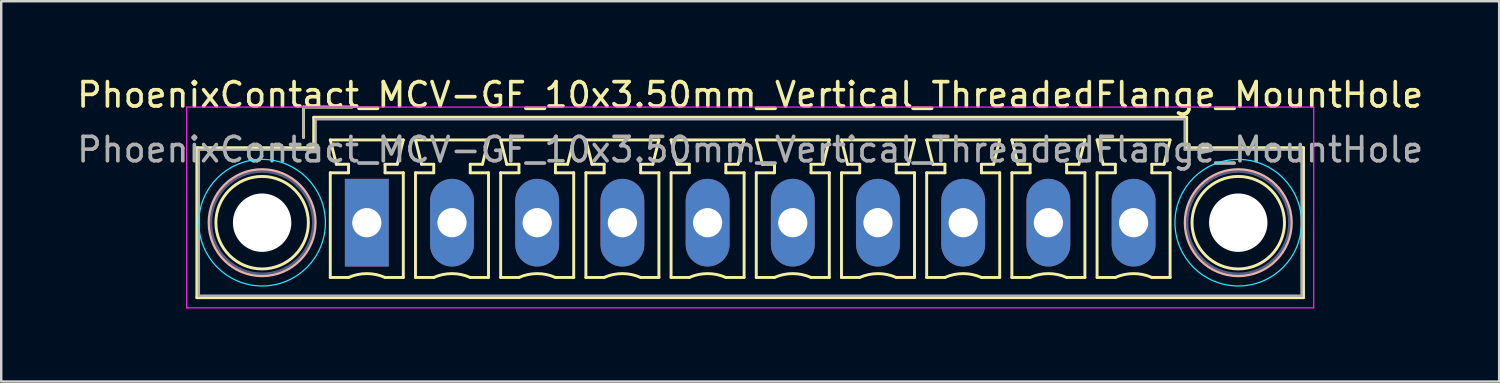
<source format=kicad_pcb>
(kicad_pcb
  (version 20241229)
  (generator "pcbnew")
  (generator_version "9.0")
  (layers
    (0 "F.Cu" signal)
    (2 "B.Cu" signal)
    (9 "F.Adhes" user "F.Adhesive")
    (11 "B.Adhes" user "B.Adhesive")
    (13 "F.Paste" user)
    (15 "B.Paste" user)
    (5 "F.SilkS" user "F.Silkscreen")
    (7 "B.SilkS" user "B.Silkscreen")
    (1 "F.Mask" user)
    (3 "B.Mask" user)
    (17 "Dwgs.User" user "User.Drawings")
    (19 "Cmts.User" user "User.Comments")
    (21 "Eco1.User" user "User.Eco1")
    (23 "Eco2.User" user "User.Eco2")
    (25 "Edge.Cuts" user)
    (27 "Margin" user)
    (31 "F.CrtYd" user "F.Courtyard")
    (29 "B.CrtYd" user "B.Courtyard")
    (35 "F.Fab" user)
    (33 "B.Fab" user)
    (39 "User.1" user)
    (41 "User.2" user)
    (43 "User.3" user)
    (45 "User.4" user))
  (footprint "PhoenixContact_MCV-GF_10x3.50mm_Vertical_ThreadedFlange_MountHole"
    (layer "F.Cu")
    (at 12.018 6.098)
    (property "Reference" "PhoenixContact_MCV-GF_10x3.50mm_Vertical_ThreadedFlange_MountHole" (at 15.75 -5.25 0) (layer "F.SilkS") (effects (font (size 1 1) (thickness 0.15))))
    (attr through_hole)
    (fp_line (start -6.98 -3.08) (end -6.98 3.08) (stroke (width 0.12) (type solid)) (layer "F.SilkS"))
    (fp_line (start -6.98 3.08) (end 38.48 3.08) (stroke (width 0.12) (type solid)) (layer "F.SilkS"))
    (fp_line (start -2.6 -4.75) (end -0.6 -4.75) (stroke (width 0.12) (type solid)) (layer "F.SilkS"))
    (fp_line (start -2.6 -3.5) (end -2.6 -4.75) (stroke (width 0.12) (type solid)) (layer "F.SilkS"))
    (fp_line (start -2.18 -4.33) (end -2.18 -3.08) (stroke (width 0.12) (type solid)) (layer "F.SilkS"))
    (fp_line (start -2.18 -3.08) (end -6.98 -3.08) (stroke (width 0.12) (type solid)) (layer "F.SilkS"))
    (fp_line (start -1.5 -3.4) (end 1.5 -3.4) (stroke (width 0.12) (type solid)) (layer "F.SilkS"))
    (fp_line (start -1.5 -2.05) (end -0.75 -2.05) (stroke (width 0.12) (type solid)) (layer "F.SilkS"))
    (fp_line (start -1.5 2.25) (end -1.5 -2.05) (stroke (width 0.12) (type solid)) (layer "F.SilkS"))
    (fp_line (start -1.25 -2.4) (end -1.5 -3.4) (stroke (width 0.12) (type solid)) (layer "F.SilkS"))
    (fp_line (start -0.75 -2.4) (end -1.25 -2.4) (stroke (width 0.12) (type solid)) (layer "F.SilkS"))
    (fp_line (start -0.75 -2.05) (end -0.75 -2.4) (stroke (width 0.12) (type solid)) (layer "F.SilkS"))
    (fp_line (start -0.75 2.25) (end -1.5 2.25) (stroke (width 0.12) (type solid)) (layer "F.SilkS"))
    (fp_line (start 0.75 -2.4) (end 0.75 -2.05) (stroke (width 0.12) (type solid)) (layer "F.SilkS"))
    (fp_line (start 0.75 -2.05) (end 1.5 -2.05) (stroke (width 0.12) (type solid)) (layer "F.SilkS"))
    (fp_line (start 1.25 -2.4) (end 0.75 -2.4) (stroke (width 0.12) (type solid)) (layer "F.SilkS"))
    (fp_line (start 1.5 -3.4) (end 1.25 -2.4) (stroke (width 0.12) (type solid)) (layer "F.SilkS"))
    (fp_line (start 1.5 -2.05) (end 1.5 2.25) (stroke (width 0.12) (type solid)) (layer "F.SilkS"))
    (fp_line (start 1.5 2.25) (end 0.75 2.25) (stroke (width 0.12) (type solid)) (layer "F.SilkS"))
    (fp_line (start 2 -3.4) (end 5 -3.4) (stroke (width 0.12) (type solid)) (layer "F.SilkS"))
    (fp_line (start 2 -2.05) (end 2.75 -2.05) (stroke (width 0.12) (type solid)) (layer "F.SilkS"))
    (fp_line (start 2 2.25) (end 2 -2.05) (stroke (width 0.12) (type solid)) (layer "F.SilkS"))
    (fp_line (start 2.25 -2.4) (end 2 -3.4) (stroke (width 0.12) (type solid)) (layer "F.SilkS"))
    (fp_line (start 2.75 -2.4) (end 2.25 -2.4) (stroke (width 0.12) (type solid)) (layer "F.SilkS"))
    (fp_line (start 2.75 -2.05) (end 2.75 -2.4) (stroke (width 0.12) (type solid)) (layer "F.SilkS"))
    (fp_line (start 2.75 2.25) (end 2 2.25) (stroke (width 0.12) (type solid)) (layer "F.SilkS"))
    (fp_line (start 4.25 -2.4) (end 4.25 -2.05) (stroke (width 0.12) (type solid)) (layer "F.SilkS"))
    (fp_line (start 4.25 -2.05) (end 5 -2.05) (stroke (width 0.12) (type solid)) (layer "F.SilkS"))
    (fp_line (start 4.75 -2.4) (end 4.25 -2.4) (stroke (width 0.12) (type solid)) (layer "F.SilkS"))
    (fp_line (start 5 -3.4) (end 4.75 -2.4) (stroke (width 0.12) (type solid)) (layer "F.SilkS"))
    (fp_line (start 5 -2.05) (end 5 2.25) (stroke (width 0.12) (type solid)) (layer "F.SilkS"))
    (fp_line (start 5 2.25) (end 4.25 2.25) (stroke (width 0.12) (type solid)) (layer "F.SilkS"))
    (fp_line (start 5.5 -3.4) (end 8.5 -3.4) (stroke (width 0.12) (type solid)) (layer "F.SilkS"))
    (fp_line (start 5.5 -2.05) (end 6.25 -2.05) (stroke (width 0.12) (type solid)) (layer "F.SilkS"))
    (fp_line (start 5.5 2.25) (end 5.5 -2.05) (stroke (width 0.12) (type solid)) (layer "F.SilkS"))
    (fp_line (start 5.75 -2.4) (end 5.5 -3.4) (stroke (width 0.12) (type solid)) (layer "F.SilkS"))
    (fp_line (start 6.25 -2.4) (end 5.75 -2.4) (stroke (width 0.12) (type solid)) (layer "F.SilkS"))
    (fp_line (start 6.25 -2.05) (end 6.25 -2.4) (stroke (width 0.12) (type solid)) (layer "F.SilkS"))
    (fp_line (start 6.25 2.25) (end 5.5 2.25) (stroke (width 0.12) (type solid)) (layer "F.SilkS"))
    (fp_line (start 7.75 -2.4) (end 7.75 -2.05) (stroke (width 0.12) (type solid)) (layer "F.SilkS"))
    (fp_line (start 7.75 -2.05) (end 8.5 -2.05) (stroke (width 0.12) (type solid)) (layer "F.SilkS"))
    (fp_line (start 8.25 -2.4) (end 7.75 -2.4) (stroke (width 0.12) (type solid)) (layer "F.SilkS"))
    (fp_line (start 8.5 -3.4) (end 8.25 -2.4) (stroke (width 0.12) (type solid)) (layer "F.SilkS"))
    (fp_line (start 8.5 -2.05) (end 8.5 2.25) (stroke (width 0.12) (type solid)) (layer "F.SilkS"))
    (fp_line (start 8.5 2.25) (end 7.75 2.25) (stroke (width 0.12) (type solid)) (layer "F.SilkS"))
    (fp_line (start 9 -3.4) (end 12 -3.4) (stroke (width 0.12) (type solid)) (layer "F.SilkS"))
    (fp_line (start 9 -2.05) (end 9.75 -2.05) (stroke (width 0.12) (type solid)) (layer "F.SilkS"))
    (fp_line (start 9 2.25) (end 9 -2.05) (stroke (width 0.12) (type solid)) (layer "F.SilkS"))
    (fp_line (start 9.25 -2.4) (end 9 -3.4) (stroke (width 0.12) (type solid)) (layer "F.SilkS"))
    (fp_line (start 9.75 -2.4) (end 9.25 -2.4) (stroke (width 0.12) (type solid)) (layer "F.SilkS"))
    (fp_line (start 9.75 -2.05) (end 9.75 -2.4) (stroke (width 0.12) (type solid)) (layer "F.SilkS"))
    (fp_line (start 9.75 2.25) (end 9 2.25) (stroke (width 0.12) (type solid)) (layer "F.SilkS"))
    (fp_line (start 11.25 -2.4) (end 11.25 -2.05) (stroke (width 0.12) (type solid)) (layer "F.SilkS"))
    (fp_line (start 11.25 -2.05) (end 12 -2.05) (stroke (width 0.12) (type solid)) (layer "F.SilkS"))
    (fp_line (start 11.75 -2.4) (end 11.25 -2.4) (stroke (width 0.12) (type solid)) (layer "F.SilkS"))
    (fp_line (start 12 -3.4) (end 11.75 -2.4) (stroke (width 0.12) (type solid)) (layer "F.SilkS"))
    (fp_line (start 12 -2.05) (end 12 2.25) (stroke (width 0.12) (type solid)) (layer "F.SilkS"))
    (fp_line (start 12 2.25) (end 11.25 2.25) (stroke (width 0.12) (type solid)) (layer "F.SilkS"))
    (fp_line (start 12.5 -3.4) (end 15.5 -3.4) (stroke (width 0.12) (type solid)) (layer "F.SilkS"))
    (fp_line (start 12.5 -2.05) (end 13.25 -2.05) (stroke (width 0.12) (type solid)) (layer "F.SilkS"))
    (fp_line (start 12.5 2.25) (end 12.5 -2.05) (stroke (width 0.12) (type solid)) (layer "F.SilkS"))
    (fp_line (start 12.75 -2.4) (end 12.5 -3.4) (stroke (width 0.12) (type solid)) (layer "F.SilkS"))
    (fp_line (start 13.25 -2.4) (end 12.75 -2.4) (stroke (width 0.12) (type solid)) (layer "F.SilkS"))
    (fp_line (start 13.25 -2.05) (end 13.25 -2.4) (stroke (width 0.12) (type solid)) (layer "F.SilkS"))
    (fp_line (start 13.25 2.25) (end 12.5 2.25) (stroke (width 0.12) (type solid)) (layer "F.SilkS"))
    (fp_line (start 14.75 -2.4) (end 14.75 -2.05) (stroke (width 0.12) (type solid)) (layer "F.SilkS"))
    (fp_line (start 14.75 -2.05) (end 15.5 -2.05) (stroke (width 0.12) (type solid)) (layer "F.SilkS"))
    (fp_line (start 15.25 -2.4) (end 14.75 -2.4) (stroke (width 0.12) (type solid)) (layer "F.SilkS"))
    (fp_line (start 15.5 -3.4) (end 15.25 -2.4) (stroke (width 0.12) (type solid)) (layer "F.SilkS"))
    (fp_line (start 15.5 -2.05) (end 15.5 2.25) (stroke (width 0.12) (type solid)) (layer "F.SilkS"))
    (fp_line (start 15.5 2.25) (end 14.75 2.25) (stroke (width 0.12) (type solid)) (layer "F.SilkS"))
    (fp_line (start 16 -3.4) (end 19 -3.4) (stroke (width 0.12) (type solid)) (layer "F.SilkS"))
    (fp_line (start 16 -2.05) (end 16.75 -2.05) (stroke (width 0.12) (type solid)) (layer "F.SilkS"))
    (fp_line (start 16 2.25) (end 16 -2.05) (stroke (width 0.12) (type solid)) (layer "F.SilkS"))
    (fp_line (start 16.25 -2.4) (end 16 -3.4) (stroke (width 0.12) (type solid)) (layer "F.SilkS"))
    (fp_line (start 16.75 -2.4) (end 16.25 -2.4) (stroke (width 0.12) (type solid)) (layer "F.SilkS"))
    (fp_line (start 16.75 -2.05) (end 16.75 -2.4) (stroke (width 0.12) (type solid)) (layer "F.SilkS"))
    (fp_line (start 16.75 2.25) (end 16 2.25) (stroke (width 0.12) (type solid)) (layer "F.SilkS"))
    (fp_line (start 18.25 -2.4) (end 18.25 -2.05) (stroke (width 0.12) (type solid)) (layer "F.SilkS"))
    (fp_line (start 18.25 -2.05) (end 19 -2.05) (stroke (width 0.12) (type solid)) (layer "F.SilkS"))
    (fp_line (start 18.75 -2.4) (end 18.25 -2.4) (stroke (width 0.12) (type solid)) (layer "F.SilkS"))
    (fp_line (start 19 -3.4) (end 18.75 -2.4) (stroke (width 0.12) (type solid)) (layer "F.SilkS"))
    (fp_line (start 19 -2.05) (end 19 2.25) (stroke (width 0.12) (type solid)) (layer "F.SilkS"))
    (fp_line (start 19 2.25) (end 18.25 2.25) (stroke (width 0.12) (type solid)) (layer "F.SilkS"))
    (fp_line (start 19.5 -3.4) (end 22.5 -3.4) (stroke (width 0.12) (type solid)) (layer "F.SilkS"))
    (fp_line (start 19.5 -2.05) (end 20.25 -2.05) (stroke (width 0.12) (type solid)) (layer "F.SilkS"))
    (fp_line (start 19.5 2.25) (end 19.5 -2.05) (stroke (width 0.12) (type solid)) (layer "F.SilkS"))
    (fp_line (start 19.75 -2.4) (end 19.5 -3.4) (stroke (width 0.12) (type solid)) (layer "F.SilkS"))
    (fp_line (start 20.25 -2.4) (end 19.75 -2.4) (stroke (width 0.12) (type solid)) (layer "F.SilkS"))
    (fp_line (start 20.25 -2.05) (end 20.25 -2.4) (stroke (width 0.12) (type solid)) (layer "F.SilkS"))
    (fp_line (start 20.25 2.25) (end 19.5 2.25) (stroke (width 0.12) (type solid)) (layer "F.SilkS"))
    (fp_line (start 21.75 -2.4) (end 21.75 -2.05) (stroke (width 0.12) (type solid)) (layer "F.SilkS"))
    (fp_line (start 21.75 -2.05) (end 22.5 -2.05) (stroke (width 0.12) (type solid)) (layer "F.SilkS"))
    (fp_line (start 22.25 -2.4) (end 21.75 -2.4) (stroke (width 0.12) (type solid)) (layer "F.SilkS"))
    (fp_line (start 22.5 -3.4) (end 22.25 -2.4) (stroke (width 0.12) (type solid)) (layer "F.SilkS"))
    (fp_line (start 22.5 -2.05) (end 22.5 2.25) (stroke (width 0.12) (type solid)) (layer "F.SilkS"))
    (fp_line (start 22.5 2.25) (end 21.75 2.25) (stroke (width 0.12) (type solid)) (layer "F.SilkS"))
    (fp_line (start 23 -3.4) (end 26 -3.4) (stroke (width 0.12) (type solid)) (layer "F.SilkS"))
    (fp_line (start 23 -2.05) (end 23.75 -2.05) (stroke (width 0.12) (type solid)) (layer "F.SilkS"))
    (fp_line (start 23 2.25) (end 23 -2.05) (stroke (width 0.12) (type solid)) (layer "F.SilkS"))
    (fp_line (start 23.25 -2.4) (end 23 -3.4) (stroke (width 0.12) (type solid)) (layer "F.SilkS"))
    (fp_line (start 23.75 -2.4) (end 23.25 -2.4) (stroke (width 0.12) (type solid)) (layer "F.SilkS"))
    (fp_line (start 23.75 -2.05) (end 23.75 -2.4) (stroke (width 0.12) (type solid)) (layer "F.SilkS"))
    (fp_line (start 23.75 2.25) (end 23 2.25) (stroke (width 0.12) (type solid)) (layer "F.SilkS"))
    (fp_line (start 25.25 -2.4) (end 25.25 -2.05) (stroke (width 0.12) (type solid)) (layer "F.SilkS"))
    (fp_line (start 25.25 -2.05) (end 26 -2.05) (stroke (width 0.12) (type solid)) (layer "F.SilkS"))
    (fp_line (start 25.75 -2.4) (end 25.25 -2.4) (stroke (width 0.12) (type solid)) (layer "F.SilkS"))
    (fp_line (start 26 -3.4) (end 25.75 -2.4) (stroke (width 0.12) (type solid)) (layer "F.SilkS"))
    (fp_line (start 26 -2.05) (end 26 2.25) (stroke (width 0.12) (type solid)) (layer "F.SilkS"))
    (fp_line (start 26 2.25) (end 25.25 2.25) (stroke (width 0.12) (type solid)) (layer "F.SilkS"))
    (fp_line (start 26.5 -3.4) (end 29.5 -3.4) (stroke (width 0.12) (type solid)) (layer "F.SilkS"))
    (fp_line (start 26.5 -2.05) (end 27.25 -2.05) (stroke (width 0.12) (type solid)) (layer "F.SilkS"))
    (fp_line (start 26.5 2.25) (end 26.5 -2.05) (stroke (width 0.12) (type solid)) (layer "F.SilkS"))
    (fp_line (start 26.75 -2.4) (end 26.5 -3.4) (stroke (width 0.12) (type solid)) (layer "F.SilkS"))
    (fp_line (start 27.25 -2.4) (end 26.75 -2.4) (stroke (width 0.12) (type solid)) (layer "F.SilkS"))
    (fp_line (start 27.25 -2.05) (end 27.25 -2.4) (stroke (width 0.12) (type solid)) (layer "F.SilkS"))
    (fp_line (start 27.25 2.25) (end 26.5 2.25) (stroke (width 0.12) (type solid)) (layer "F.SilkS"))
    (fp_line (start 28.75 -2.4) (end 28.75 -2.05) (stroke (width 0.12) (type solid)) (layer "F.SilkS"))
    (fp_line (start 28.75 -2.05) (end 29.5 -2.05) (stroke (width 0.12) (type solid)) (layer "F.SilkS"))
    (fp_line (start 29.25 -2.4) (end 28.75 -2.4) (stroke (width 0.12) (type solid)) (layer "F.SilkS"))
    (fp_line (start 29.5 -3.4) (end 29.25 -2.4) (stroke (width 0.12) (type solid)) (layer "F.SilkS"))
    (fp_line (start 29.5 -2.05) (end 29.5 2.25) (stroke (width 0.12) (type solid)) (layer "F.SilkS"))
    (fp_line (start 29.5 2.25) (end 28.75 2.25) (stroke (width 0.12) (type solid)) (layer "F.SilkS"))
    (fp_line (start 30 -3.4) (end 33 -3.4) (stroke (width 0.12) (type solid)) (layer "F.SilkS"))
    (fp_line (start 30 -2.05) (end 30.75 -2.05) (stroke (width 0.12) (type solid)) (layer "F.SilkS"))
    (fp_line (start 30 2.25) (end 30 -2.05) (stroke (width 0.12) (type solid)) (layer "F.SilkS"))
    (fp_line (start 30.25 -2.4) (end 30 -3.4) (stroke (width 0.12) (type solid)) (layer "F.SilkS"))
    (fp_line (start 30.75 -2.4) (end 30.25 -2.4) (stroke (width 0.12) (type solid)) (layer "F.SilkS"))
    (fp_line (start 30.75 -2.05) (end 30.75 -2.4) (stroke (width 0.12) (type solid)) (layer "F.SilkS"))
    (fp_line (start 30.75 2.25) (end 30 2.25) (stroke (width 0.12) (type solid)) (layer "F.SilkS"))
    (fp_line (start 32.25 -2.4) (end 32.25 -2.05) (stroke (width 0.12) (type solid)) (layer "F.SilkS"))
    (fp_line (start 32.25 -2.05) (end 33 -2.05) (stroke (width 0.12) (type solid)) (layer "F.SilkS"))
    (fp_line (start 32.75 -2.4) (end 32.25 -2.4) (stroke (width 0.12) (type solid)) (layer "F.SilkS"))
    (fp_line (start 33 -3.4) (end 32.75 -2.4) (stroke (width 0.12) (type solid)) (layer "F.SilkS"))
    (fp_line (start 33 -2.05) (end 33 2.25) (stroke (width 0.12) (type solid)) (layer "F.SilkS"))
    (fp_line (start 33 2.25) (end 32.25 2.25) (stroke (width 0.12) (type solid)) (layer "F.SilkS"))
    (fp_line (start 33.68 -4.33) (end -2.18 -4.33) (stroke (width 0.12) (type solid)) (layer "F.SilkS"))
    (fp_line (start 33.68 -3.08) (end 33.68 -4.33) (stroke (width 0.12) (type solid)) (layer "F.SilkS"))
    (fp_line (start 38.48 -3.08) (end 33.68 -3.08) (stroke (width 0.12) (type solid)) (layer "F.SilkS"))
    (fp_line (start 38.48 3.08) (end 38.48 -3.08) (stroke (width 0.12) (type solid)) (layer "F.SilkS"))
    (fp_arc (start -0.75 2.25) (mid -0.000193 2.09191) (end 0.749647 2.249844) (stroke (width 0.12) (type solid)) (layer "F.SilkS"))
    (fp_arc (start 2.75 2.25) (mid 3.499807 2.09191) (end 4.249647 2.249844) (stroke (width 0.12) (type solid)) (layer "F.SilkS"))
    (fp_arc (start 6.25 2.25) (mid 6.999807 2.09191) (end 7.749647 2.249844) (stroke (width 0.12) (type solid)) (layer "F.SilkS"))
    (fp_arc (start 9.75 2.25) (mid 10.499807 2.09191) (end 11.249647 2.249844) (stroke (width 0.12) (type solid)) (layer "F.SilkS"))
    (fp_arc (start 13.25 2.25) (mid 13.999807 2.09191) (end 14.749647 2.249844) (stroke (width 0.12) (type solid)) (layer "F.SilkS"))
    (fp_arc (start 16.75 2.25) (mid 17.499807 2.09191) (end 18.249647 2.249844) (stroke (width 0.12) (type solid)) (layer "F.SilkS"))
    (fp_arc (start 20.25 2.25) (mid 20.999807 2.09191) (end 21.749647 2.249844) (stroke (width 0.12) (type solid)) (layer "F.SilkS"))
    (fp_arc (start 23.75 2.25) (mid 24.499807 2.09191) (end 25.249647 2.249844) (stroke (width 0.12) (type solid)) (layer "F.SilkS"))
    (fp_arc (start 27.25 2.25) (mid 27.999807 2.09191) (end 28.749647 2.249844) (stroke (width 0.12) (type solid)) (layer "F.SilkS"))
    (fp_arc (start 30.75 2.25) (mid 31.499807 2.09191) (end 32.249647 2.249844) (stroke (width 0.12) (type solid)) (layer "F.SilkS"))
    (fp_circle (center -4.3 0) (end -2.4 0) (stroke (width 0.12) (type solid)) (fill no) (layer "F.SilkS"))
    (fp_circle (center 35.8 0) (end 37.7 0) (stroke (width 0.12) (type solid)) (fill no) (layer "F.SilkS"))
    (fp_circle (center -4.3 0) (end -2.12 0) (stroke (width 0.12) (type solid)) (fill no) (layer "B.SilkS"))
    (fp_circle (center 35.8 0) (end 37.98 0) (stroke (width 0.12) (type solid)) (fill no) (layer "B.SilkS"))
    (fp_circle (center -4.3 0) (end -1.7 0) (stroke (width 0.05) (type solid)) (fill no) (layer "B.CrtYd"))
    (fp_circle (center 35.8 0) (end 38.4 0) (stroke (width 0.05) (type solid)) (fill no) (layer "B.CrtYd"))
    (fp_line (start -7.4 -4.75) (end -7.4 3.5) (stroke (width 0.05) (type solid)) (layer "F.CrtYd"))
    (fp_line (start -7.4 3.5) (end 38.9 3.5) (stroke (width 0.05) (type solid)) (layer "F.CrtYd"))
    (fp_line (start 38.9 -4.75) (end -7.4 -4.75) (stroke (width 0.05) (type solid)) (layer "F.CrtYd"))
    (fp_line (start 38.9 3.5) (end 38.9 -4.75) (stroke (width 0.05) (type solid)) (layer "F.CrtYd"))
    (fp_circle (center -4.3 0) (end -2.2 0) (stroke (width 0.1) (type solid)) (fill no) (layer "B.Fab"))
    (fp_circle (center 35.8 0) (end 37.9 0) (stroke (width 0.1) (type solid)) (fill no) (layer "B.Fab"))
    (fp_line (start -6.9 -3) (end -6.9 3) (stroke (width 0.1) (type solid)) (layer "F.Fab"))
    (fp_line (start -6.9 3) (end 38.4 3) (stroke (width 0.1) (type solid)) (layer "F.Fab"))
    (fp_line (start -2.6 -4.75) (end -0.6 -4.75) (stroke (width 0.1) (type solid)) (layer "F.Fab"))
    (fp_line (start -2.6 -3.5) (end -2.6 -4.75) (stroke (width 0.1) (type solid)) (layer "F.Fab"))
    (fp_line (start -2.1 -4.25) (end -2.1 -3) (stroke (width 0.1) (type solid)) (layer "F.Fab"))
    (fp_line (start -2.1 -3) (end -6.9 -3) (stroke (width 0.1) (type solid)) (layer "F.Fab"))
    (fp_line (start 33.6 -4.25) (end -2.1 -4.25) (stroke (width 0.1) (type solid)) (layer "F.Fab"))
    (fp_line (start 33.6 -3) (end 33.6 -4.25) (stroke (width 0.1) (type solid)) (layer "F.Fab"))
    (fp_line (start 38.4 -3) (end 33.6 -3) (stroke (width 0.1) (type solid)) (layer "F.Fab"))
    (fp_line (start 38.4 3) (end 38.4 -3) (stroke (width 0.1) (type solid)) (layer "F.Fab"))
    (fp_text user "${REFERENCE}" (at 15.75 -3 0) (layer "F.Fab") (effects (font (size 1 1) (thickness 0.15))))
    (pad "" np_thru_hole circle (at -4.3 0) (size 2.4 2.4) (drill 2.4) (layers "*.Cu" "*.Mask"))
    (pad "" np_thru_hole circle (at 35.8 0) (size 2.4 2.4) (drill 2.4) (layers "*.Cu" "*.Mask"))
    (pad "1" thru_hole rect (at 0 0) (size 1.8 3.6) (drill 1.2) (layers "*.Cu" "*.Mask"))
    (pad "2" thru_hole oval (at 3.5 0) (size 1.8 3.6) (drill 1.2) (layers "*.Cu" "*.Mask"))
    (pad "3" thru_hole oval (at 7 0) (size 1.8 3.6) (drill 1.2) (layers "*.Cu" "*.Mask"))
    (pad "4" thru_hole oval (at 10.5 0) (size 1.8 3.6) (drill 1.2) (layers "*.Cu" "*.Mask"))
    (pad "5" thru_hole oval (at 14 0) (size 1.8 3.6) (drill 1.2) (layers "*.Cu" "*.Mask"))
    (pad "6" thru_hole oval (at 17.5 0) (size 1.8 3.6) (drill 1.2) (layers "*.Cu" "*.Mask"))
    (pad "7" thru_hole oval (at 21 0) (size 1.8 3.6) (drill 1.2) (layers "*.Cu" "*.Mask"))
    (pad "8" thru_hole oval (at 24.5 0) (size 1.8 3.6) (drill 1.2) (layers "*.Cu" "*.Mask"))
    (pad "9" thru_hole oval (at 28 0) (size 1.8 3.6) (drill 1.2) (layers "*.Cu" "*.Mask"))
    (pad "10" thru_hole oval (at 31.5 0) (size 1.8 3.6) (drill 1.2) (layers "*.Cu" "*.Mask")))
  (gr_rect
    (start -3 -3)
    (end 58.536 12.623)
    (stroke (width 0.1) (type default))
    (fill no)
    (layer "Edge.Cuts")))
</source>
